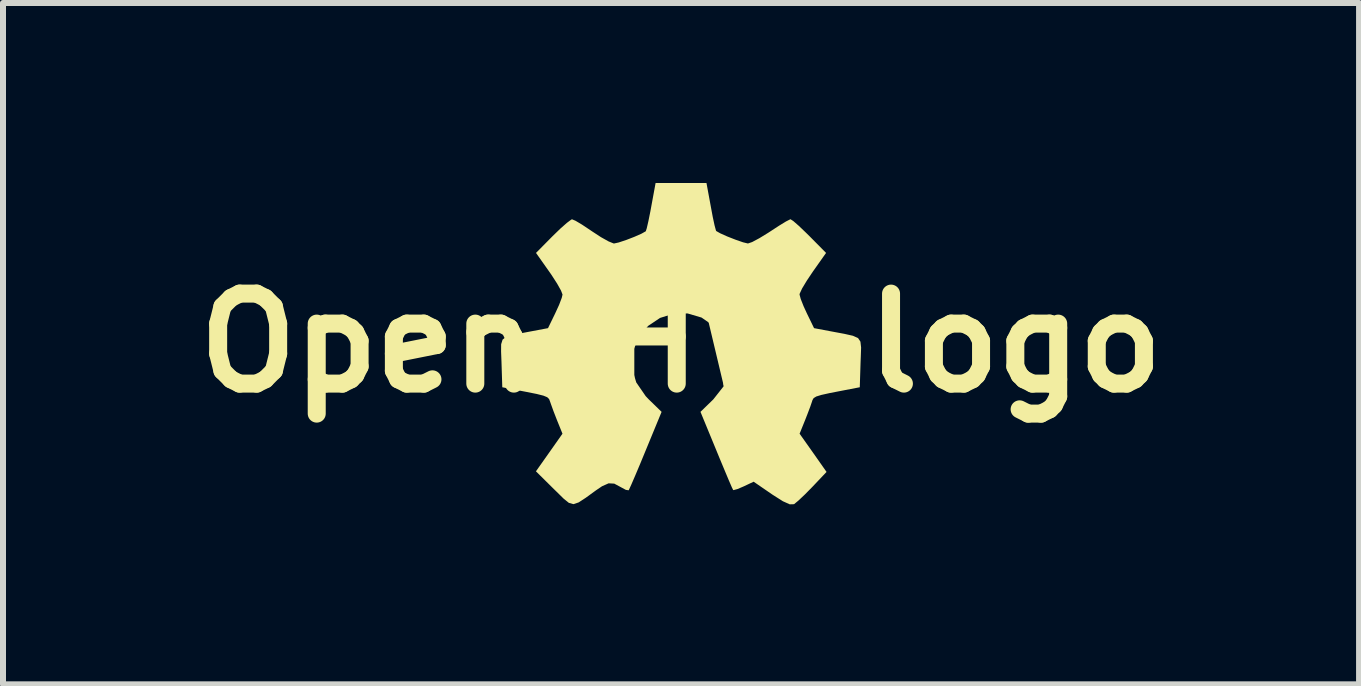
<source format=kicad_pcb>
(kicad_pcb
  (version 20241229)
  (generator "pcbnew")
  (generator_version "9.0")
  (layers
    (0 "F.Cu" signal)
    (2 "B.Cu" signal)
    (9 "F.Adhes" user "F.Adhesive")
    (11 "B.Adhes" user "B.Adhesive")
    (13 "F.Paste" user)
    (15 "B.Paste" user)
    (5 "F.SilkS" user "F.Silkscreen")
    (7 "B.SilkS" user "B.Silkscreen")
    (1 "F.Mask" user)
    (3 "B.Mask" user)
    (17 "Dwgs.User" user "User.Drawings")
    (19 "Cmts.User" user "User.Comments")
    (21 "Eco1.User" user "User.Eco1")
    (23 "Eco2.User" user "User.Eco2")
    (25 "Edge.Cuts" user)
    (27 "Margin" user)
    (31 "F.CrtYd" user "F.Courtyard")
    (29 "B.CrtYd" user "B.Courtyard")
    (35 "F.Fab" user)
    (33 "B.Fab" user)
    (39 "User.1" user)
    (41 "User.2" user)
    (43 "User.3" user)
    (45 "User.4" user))
  (footprint "Open HW logo"
    (layer "F.Cu")
    (at 8.3 2.665)
    (property "Reference" "Open HW logo" (at 0 0 0) (layer "F.SilkS") (effects (font (size 1.5 1.5) (thickness 0.3))))
    (attr exclude_from_pos_files exclude_from_bom)
    (fp_poly (pts (xy 0.496 -2.274) (xy 0.529 -2.097) (xy 0.559 -1.958) (xy 0.581 -1.877) (xy 0.586 -1.865) (xy 0.653 -1.827) (xy 0.771 -1.774) (xy 0.909 -1.72) (xy 1.033 -1.677) (xy 1.111 -1.658) (xy 1.115 -1.657) (xy 1.185 -1.681) (xy 1.305 -1.745) (xy 1.452 -1.835) (xy 1.489 -1.859) (xy 1.633 -1.953) (xy 1.749 -2.024) (xy 1.818 -2.059) (xy 1.825 -2.061) (xy 1.871 -2.031) (xy 1.963 -1.951) (xy 2.083 -1.836) (xy 2.139 -1.781) (xy 2.417 -1.5) (xy 2.196 -1.187) (xy 2.095 -1.036) (xy 2.018 -0.908) (xy 1.978 -0.822) (xy 1.975 -0.806) (xy 1.995 -0.732) (xy 2.044 -0.608) (xy 2.097 -0.493) (xy 2.217 -0.246) (xy 2.509 -0.191) (xy 2.723 -0.151) (xy 2.865 -0.119) (xy 2.95 -0.081) (xy 2.99 -0.021) (xy 3.001 0.077) (xy 2.996 0.227) (xy 2.992 0.326) (xy 2.979 0.739) (xy 2.688 0.795) (xy 2.477 0.836) (xy 2.338 0.867) (xy 2.254 0.893) (xy 2.21 0.92) (xy 2.19 0.954) (xy 2.184 0.974) (xy 2.155 1.059) (xy 2.105 1.191) (xy 2.069 1.283) (xy 1.976 1.513) (xy 2.201 1.831) (xy 2.425 2.15) (xy 2.188 2.4) (xy 2.064 2.526) (xy 1.957 2.627) (xy 1.887 2.685) (xy 1.881 2.688) (xy 1.812 2.69) (xy 1.698 2.639) (xy 1.529 2.532) (xy 1.51 2.519) (xy 1.21 2.313) (xy 1.047 2.39) (xy 0.942 2.435) (xy 0.876 2.453) (xy 0.869 2.452) (xy 0.847 2.407) (xy 0.798 2.294) (xy 0.728 2.127) (xy 0.642 1.921) (xy 0.589 1.792) (xy 0.324 1.149) (xy 0.538 0.941) (xy 0.716 0.715) (xy 0.811 0.473) (xy 0.822 0.226) (xy 0.75 -0.014) (xy 0.594 -0.236) (xy 0.553 -0.277) (xy 0.341 -0.423) (xy 0.11 -0.491) (xy -0.126 -0.487) (xy -0.351 -0.416) (xy -0.549 -0.283) (xy -0.706 -0.093) (xy -0.805 0.15) (xy -0.808 0.165) (xy -0.82 0.415) (xy -0.746 0.659) (xy -0.589 0.887) (xy -0.538 0.941) (xy -0.324 1.149) (xy -0.589 1.792) (xy -0.681 2.015) (xy -0.762 2.207) (xy -0.825 2.353) (xy -0.864 2.439) (xy -0.873 2.456) (xy -0.92 2.449) (xy -1.005 2.403) (xy -1.113 2.345) (xy -1.207 2.34) (xy -1.317 2.389) (xy -1.416 2.456) (xy -1.588 2.581) (xy -1.706 2.658) (xy -1.792 2.687) (xy -1.869 2.666) (xy -1.957 2.595) (xy -2.08 2.474) (xy -2.119 2.436) (xy -2.418 2.14) (xy -2.197 1.827) (xy -1.976 1.513) (xy -2.069 1.283) (xy -2.125 1.139) (xy -2.168 1.02) (xy -2.184 0.974) (xy -2.199 0.935) (xy -2.23 0.905) (xy -2.293 0.879) (xy -2.404 0.851) (xy -2.579 0.816) (xy -2.688 0.795) (xy -2.979 0.739) (xy -2.992 0.326) (xy -2.999 0.144) (xy -2.998 0.022) (xy -2.974 -0.055) (xy -2.914 -0.102) (xy -2.802 -0.135) (xy -2.625 -0.169) (xy -2.509 -0.191) (xy -2.217 -0.246) (xy -2.097 -0.493) (xy -2.032 -0.635) (xy -1.988 -0.751) (xy -1.975 -0.806) (xy -2 -0.872) (xy -2.065 -0.988) (xy -2.159 -1.134) (xy -2.196 -1.187) (xy -2.417 -1.5) (xy -2.139 -1.781) (xy -2.01 -1.906) (xy -1.901 -2.002) (xy -1.83 -2.055) (xy -1.816 -2.06) (xy -1.759 -2.036) (xy -1.651 -1.972) (xy -1.513 -1.88) (xy -1.482 -1.859) (xy -1.335 -1.763) (xy -1.208 -1.692) (xy -1.124 -1.658) (xy -1.116 -1.657) (xy -1.039 -1.674) (xy -0.915 -1.715) (xy -0.778 -1.768) (xy -0.658 -1.821) (xy -0.589 -1.86) (xy -0.587 -1.862) (xy -0.571 -1.912) (xy -0.544 -2.029) (xy -0.511 -2.192) (xy -0.496 -2.274) (xy -0.424 -2.665) (xy 0 -2.665) (xy 0.424 -2.665)) (stroke (width 0) (type solid)) (fill yes) (layer "F.SilkS")))
  (gr_rect
    (start -3 -3)
    (end 19.6 8.355)
    (stroke (width 0.1) (type default))
    (fill no)
    (layer "Edge.Cuts")))
</source>
